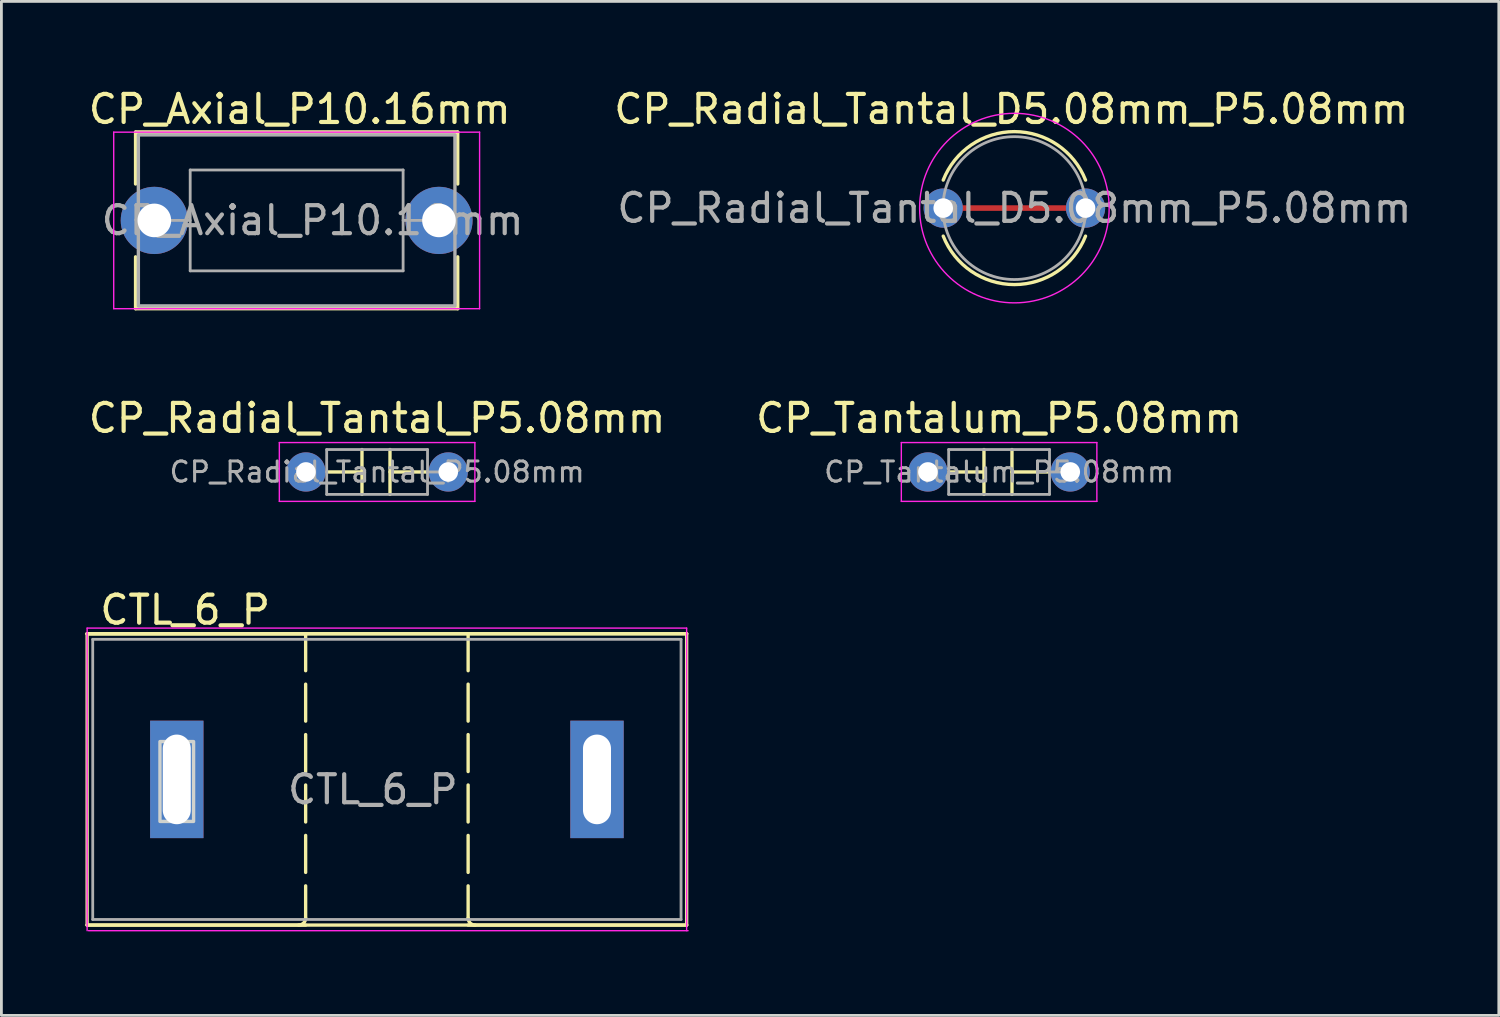
<source format=kicad_pcb>
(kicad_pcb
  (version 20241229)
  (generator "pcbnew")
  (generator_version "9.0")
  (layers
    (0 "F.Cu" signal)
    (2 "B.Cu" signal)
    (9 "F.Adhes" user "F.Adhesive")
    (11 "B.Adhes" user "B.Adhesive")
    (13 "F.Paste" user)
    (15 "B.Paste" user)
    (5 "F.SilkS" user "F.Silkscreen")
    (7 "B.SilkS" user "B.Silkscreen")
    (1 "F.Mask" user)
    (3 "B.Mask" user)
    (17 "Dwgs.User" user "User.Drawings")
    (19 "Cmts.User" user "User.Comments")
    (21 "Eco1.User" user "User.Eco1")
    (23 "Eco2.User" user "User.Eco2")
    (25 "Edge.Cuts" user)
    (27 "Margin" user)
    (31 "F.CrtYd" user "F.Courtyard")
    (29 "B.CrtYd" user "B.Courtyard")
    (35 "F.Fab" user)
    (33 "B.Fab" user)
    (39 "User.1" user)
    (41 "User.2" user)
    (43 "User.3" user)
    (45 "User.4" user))
  (footprint "CP_Radial_Tantal_P5.08mm"
    (layer "F.Cu")
    (at 7.871 13.797)
    (property "Reference" "CP_Radial_Tantal_P5.08mm" (at 2.54 -1.92 0) (layer "F.SilkS") (effects (font (size 1 1) (thickness 0.15))))
    (attr through_hole)
    (fp_line (start 0.8 0) (end 2 0) (stroke (width 0.12) (type default)) (layer "F.SilkS"))
    (fp_line (start 2 -0.8) (end 2 0.8) (stroke (width 0.12) (type default)) (layer "F.SilkS"))
    (fp_line (start 3 -0.8) (end 3 0.8) (stroke (width 0.12) (type default)) (layer "F.SilkS"))
    (fp_line (start 3 0) (end 4.3 0) (stroke (width 0.12) (type default)) (layer "F.SilkS"))
    (fp_line (start -0.95 -1.05) (end -0.95 1.05) (stroke (width 0.05) (type solid)) (layer "F.CrtYd"))
    (fp_line (start -0.95 1.05) (end 6.03 1.05) (stroke (width 0.05) (type solid)) (layer "F.CrtYd"))
    (fp_line (start 6.03 -1.05) (end -0.95 -1.05) (stroke (width 0.05) (type solid)) (layer "F.CrtYd"))
    (fp_line (start 6.03 1.05) (end 6.03 -1.05) (stroke (width 0.05) (type solid)) (layer "F.CrtYd"))
    (fp_line (start 0.74 -0.8) (end 0.74 0.8) (stroke (width 0.1) (type solid)) (layer "F.Fab"))
    (fp_line (start 0.74 0) (end 0.74 0) (stroke (width 0.1) (type solid)) (layer "F.Fab"))
    (fp_line (start 0.74 0.8) (end 4.34 0.8) (stroke (width 0.1) (type solid)) (layer "F.Fab"))
    (fp_line (start 4.34 -0.8) (end 0.74 -0.8) (stroke (width 0.1) (type solid)) (layer "F.Fab"))
    (fp_line (start 4.34 0.8) (end 4.34 -0.8) (stroke (width 0.1) (type solid)) (layer "F.Fab"))
    (fp_line (start 5.08 0) (end 4.34 0) (stroke (width 0.1) (type solid)) (layer "F.Fab"))
    (fp_text user "${REFERENCE}" (at 2.54 0 0) (layer "F.Fab") (effects (font (size 0.72 0.72) (thickness 0.108))))
    (pad "1" thru_hole circle (at 0 0) (size 1.4 1.4) (drill 0.7) (layers "*.Cu" "*.Mask"))
    (pad "2" thru_hole oval (at 5.08 0) (size 1.4 1.4) (drill 0.7) (layers "*.Cu" "*.Mask")))
  (footprint "CP_Tantalum_P5.08mm"
    (layer "F.Cu")
    (at 30.073 13.797)
    (property "Reference" "CP_Tantalum_P5.08mm" (at 2.54 -1.92 0) (layer "F.SilkS") (effects (font (size 1 1) (thickness 0.15))))
    (attr through_hole)
    (fp_line (start 0.8 0) (end 2 0) (stroke (width 0.12) (type default)) (layer "F.SilkS"))
    (fp_line (start 2 -0.8) (end 2 0.8) (stroke (width 0.12) (type default)) (layer "F.SilkS"))
    (fp_line (start 3 -0.8) (end 3 0.8) (stroke (width 0.12) (type default)) (layer "F.SilkS"))
    (fp_line (start 3 0) (end 4.3 0) (stroke (width 0.12) (type default)) (layer "F.SilkS"))
    (fp_line (start -0.95 -1.05) (end -0.95 1.05) (stroke (width 0.05) (type solid)) (layer "F.CrtYd"))
    (fp_line (start -0.95 1.05) (end 6.03 1.05) (stroke (width 0.05) (type solid)) (layer "F.CrtYd"))
    (fp_line (start 6.03 -1.05) (end -0.95 -1.05) (stroke (width 0.05) (type solid)) (layer "F.CrtYd"))
    (fp_line (start 6.03 1.05) (end 6.03 -1.05) (stroke (width 0.05) (type solid)) (layer "F.CrtYd"))
    (fp_line (start 0.74 -0.8) (end 0.74 0.8) (stroke (width 0.1) (type solid)) (layer "F.Fab"))
    (fp_line (start 0.74 0) (end 0.74 0) (stroke (width 0.1) (type solid)) (layer "F.Fab"))
    (fp_line (start 0.74 0.8) (end 4.34 0.8) (stroke (width 0.1) (type solid)) (layer "F.Fab"))
    (fp_line (start 4.34 -0.8) (end 0.74 -0.8) (stroke (width 0.1) (type solid)) (layer "F.Fab"))
    (fp_line (start 4.34 0.8) (end 4.34 -0.8) (stroke (width 0.1) (type solid)) (layer "F.Fab"))
    (fp_line (start 5.08 0) (end 4.34 0) (stroke (width 0.1) (type solid)) (layer "F.Fab"))
    (fp_text user "${REFERENCE}" (at 2.54 0 0) (layer "F.Fab") (effects (font (size 0.72 0.72) (thickness 0.108))))
    (pad "1" thru_hole circle (at 0 0) (size 1.4 1.4) (drill 0.7) (layers "*.Cu" "*.Mask"))
    (pad "2" thru_hole oval (at 5.08 0) (size 1.4 1.4) (drill 0.7) (layers "*.Cu" "*.Mask")))
  (footprint "CP_Radial_Tantal_D5.08mm_P5.08mm"
    (layer "F.Cu")
    (at 30.619 4.378)
    (property "Reference" "CP_Radial_Tantal_D5.08mm_P5.08mm" (at 2.43 -3.53 0) (unlocked yes) (layer "F.SilkS") (effects (font (size 1 1) (thickness 0.15))))
    (attr through_hole)
    (fp_line (start 5.08 0) (end 0 0) (stroke (width 0.2) (type default)) (layer "F.Cu"))
    (fp_arc (start 0.000002 -1) (mid 2.540296 -2.72976) (end 5.080215 -0.999448) (stroke (width 0.12) (type default)) (layer "F.SilkS"))
    (fp_arc (start 5.079999 1) (mid 2.54 2.729761) (end 0.000001 1) (stroke (width 0.12) (type default)) (layer "F.SilkS"))
    (fp_circle (center 2.54 0) (end 5.923 0) (stroke (width 0.05) (type default)) (fill no) (layer "F.CrtYd"))
    (fp_circle (center 2.54 0) (end 5.09 0) (stroke (width 0.1) (type default)) (fill no) (layer "F.Fab"))
    (fp_text user "${REFERENCE}" (at 2.54 0 0) (unlocked yes) (layer "F.Fab") (effects (font (size 1 1) (thickness 0.15))))
    (pad "1" thru_hole circle (at 0 0) (size 1.4 1.4) (drill 0.7) (layers "*.Cu" "*.Mask"))
    (pad "2" thru_hole circle (at 5.08 0) (size 1.4 1.4) (drill 0.7) (layers "*.Cu" "*.Mask")))
  (footprint "CTL_6_P"
    (layer "F.Cu")
    (at 3.26 24.771)
    (property "Reference" "CTL_6_P" (at 0.3 -6.05 0) (unlocked yes) (layer "F.SilkS") (effects (font (size 1 1) (thickness 0.15))))
    (attr through_hole)
    (fp_line (start -3.2 -5.2) (end -3.2 5.2) (stroke (width 0.12) (type default)) (layer "F.SilkS"))
    (fp_line (start -3.2 -5.2) (end 18.2 -5.2) (stroke (width 0.12) (type default)) (layer "F.SilkS"))
    (fp_line (start 4.6 -5.2) (end -3.2 -5.2) (stroke (width 0.12) (type default)) (layer "F.SilkS"))
    (fp_line (start 4.6 -5.2) (end 4.6 4.95) (stroke (width 0.12) (type dash)) (layer "F.SilkS"))
    (fp_line (start 4.6 5.2) (end -3.2 5.2) (stroke (width 0.12) (type default)) (layer "F.SilkS"))
    (fp_line (start 10.4 -5.2) (end 10.4 4.95) (stroke (width 0.12) (type dash)) (layer "F.SilkS"))
    (fp_line (start 18.2 -5.2) (end -3.2 -5.2) (stroke (width 0.12) (type default)) (layer "F.SilkS"))
    (fp_line (start 18.2 -5.2) (end 18.2 5.2) (stroke (width 0.12) (type default)) (layer "F.SilkS"))
    (fp_line (start 18.2 5.2) (end -3.2 5.2) (stroke (width 0.12) (type default)) (layer "F.SilkS"))
    (fp_line (start 18.2 5.2) (end 10.4 5.2) (stroke (width 0.12) (type default)) (layer "F.SilkS"))
    (fp_arc (start 4.6 4.95) (mid 4.526777 5.126777) (end 4.35 5.2) (stroke (width 0.12) (type default)) (layer "F.SilkS"))
    (fp_arc (start 10.65 5.2) (mid 10.473213 5.126779) (end 10.4 4.95) (stroke (width 0.12) (type default)) (layer "F.SilkS"))
    (fp_rect (start -0.6 -1.35) (end 0.6 1.5) (stroke (width 0.12) (type default)) (fill no) (layer "Edge.Cuts"))
    (fp_line (start -3.2 -5.4) (end -3.2 5.4) (stroke (width 0.05) (type default)) (layer "F.CrtYd"))
    (fp_line (start 18.2 -5.4) (end -3.2 -5.4) (stroke (width 0.05) (type default)) (layer "F.CrtYd"))
    (fp_line (start 18.2 -5.4) (end 18.2 5.4) (stroke (width 0.05) (type default)) (layer "F.CrtYd"))
    (fp_line (start 18.25 5.4) (end -3.15 5.4) (stroke (width 0.05) (type default)) (layer "F.CrtYd"))
    (fp_line (start -3 -5) (end -3 5) (stroke (width 0.1) (type default)) (layer "F.Fab"))
    (fp_line (start -3 -5) (end 18 -5) (stroke (width 0.1) (type default)) (layer "F.Fab"))
    (fp_line (start -3 5) (end 18 5) (stroke (width 0.1) (type default)) (layer "F.Fab"))
    (fp_line (start 18 -5) (end 18 5) (stroke (width 0.1) (type default)) (layer "F.Fab"))
    (fp_text user "${REFERENCE}" (at 7 0.36 0) (unlocked yes) (layer "F.Fab") (effects (font (size 1 1) (thickness 0.15))))
    (pad "1" thru_hole rect (at 0 0) (size 1.905 4.192) (drill oval 1 3.2) (layers "*.Cu" "*.Mask"))
    (pad "2" thru_hole rect (at 15 0) (size 1.905 4.192) (drill oval 1 3.2) (layers "*.Cu" "*.Mask")))
  (footprint "CP_Axial_P10.16mm"
    (layer "F.Cu")
    (at 12.619 4.818)
    (property "Reference" "CP_Axial_P10.16mm" (at -4.97 -3.97 0) (layer "F.SilkS") (effects (font (size 1 1) (thickness 0.15))))
    (attr through_hole)
    (fp_line (start -10.83 -3.151) (end -10.83 -1.3) (stroke (width 0.12) (type default)) (layer "F.SilkS"))
    (fp_line (start -10.83 -3.151) (end 0.67 -3.151) (stroke (width 0.12) (type solid)) (layer "F.SilkS"))
    (fp_line (start -10.83 1.3) (end -10.83 3.151) (stroke (width 0.12) (type default)) (layer "F.SilkS"))
    (fp_line (start -10.83 3.151) (end 0.67 3.151) (stroke (width 0.12) (type solid)) (layer "F.SilkS"))
    (fp_line (start 0.67 -3.151) (end 0.67 -1.3) (stroke (width 0.12) (type default)) (layer "F.SilkS"))
    (fp_line (start 0.67 1.3) (end 0.67 3.151) (stroke (width 0.12) (type default)) (layer "F.SilkS"))
    (fp_rect (start -10.83 -3.151) (end 0.67 -3.151) (stroke (width 0.12) (type default)) (fill no) (layer "F.SilkS"))
    (fp_line (start -11.61 -3.151) (end -11.61 3.151) (stroke (width 0.05) (type default)) (layer "F.CrtYd"))
    (fp_line (start -11.61 3.151) (end 1.45 3.151) (stroke (width 0.05) (type solid)) (layer "F.CrtYd"))
    (fp_line (start 1.45 -3.151) (end -11.61 -3.151) (stroke (width 0.05) (type solid)) (layer "F.CrtYd"))
    (fp_line (start 1.45 -3.151) (end 1.45 3.151) (stroke (width 0.05) (type default)) (layer "F.CrtYd"))
    (fp_line (start -10.16 0) (end -8.88 0) (stroke (width 0.1) (type solid)) (layer "F.Fab"))
    (fp_line (start -8.88 -1.8) (end -8.88 1.8) (stroke (width 0.1) (type solid)) (layer "F.Fab"))
    (fp_line (start -8.88 1.8) (end -1.28 1.8) (stroke (width 0.1) (type solid)) (layer "F.Fab"))
    (fp_line (start -1.28 -1.8) (end -8.88 -1.8) (stroke (width 0.1) (type solid)) (layer "F.Fab"))
    (fp_line (start -1.28 1.8) (end -1.28 -1.8) (stroke (width 0.1) (type solid)) (layer "F.Fab"))
    (fp_line (start 0 0) (end -1.28 0) (stroke (width 0.1) (type solid)) (layer "F.Fab"))
    (fp_rect (start -10.73 -3.051) (end 0.57 3.051) (stroke (width 0.12) (type default)) (fill no) (layer "F.Fab"))
    (fp_text user "${REFERENCE}" (at -4.51 0 0) (layer "F.Fab") (effects (font (size 1 1) (thickness 0.15))))
    (pad "1" thru_hole circle (at -10.16 0) (size 2.4 2.4) (drill 1.2) (layers "*.Cu" "*.Mask"))
    (pad "2" thru_hole oval (at 0 0) (size 2.4 2.4) (drill 1.2) (layers "*.Cu" "*.Mask")))
  (gr_rect
    (start -3 -3)
    (end 50.451 33.196)
    (stroke (width 0.1) (type default))
    (fill no)
    (layer "Edge.Cuts")))
</source>
